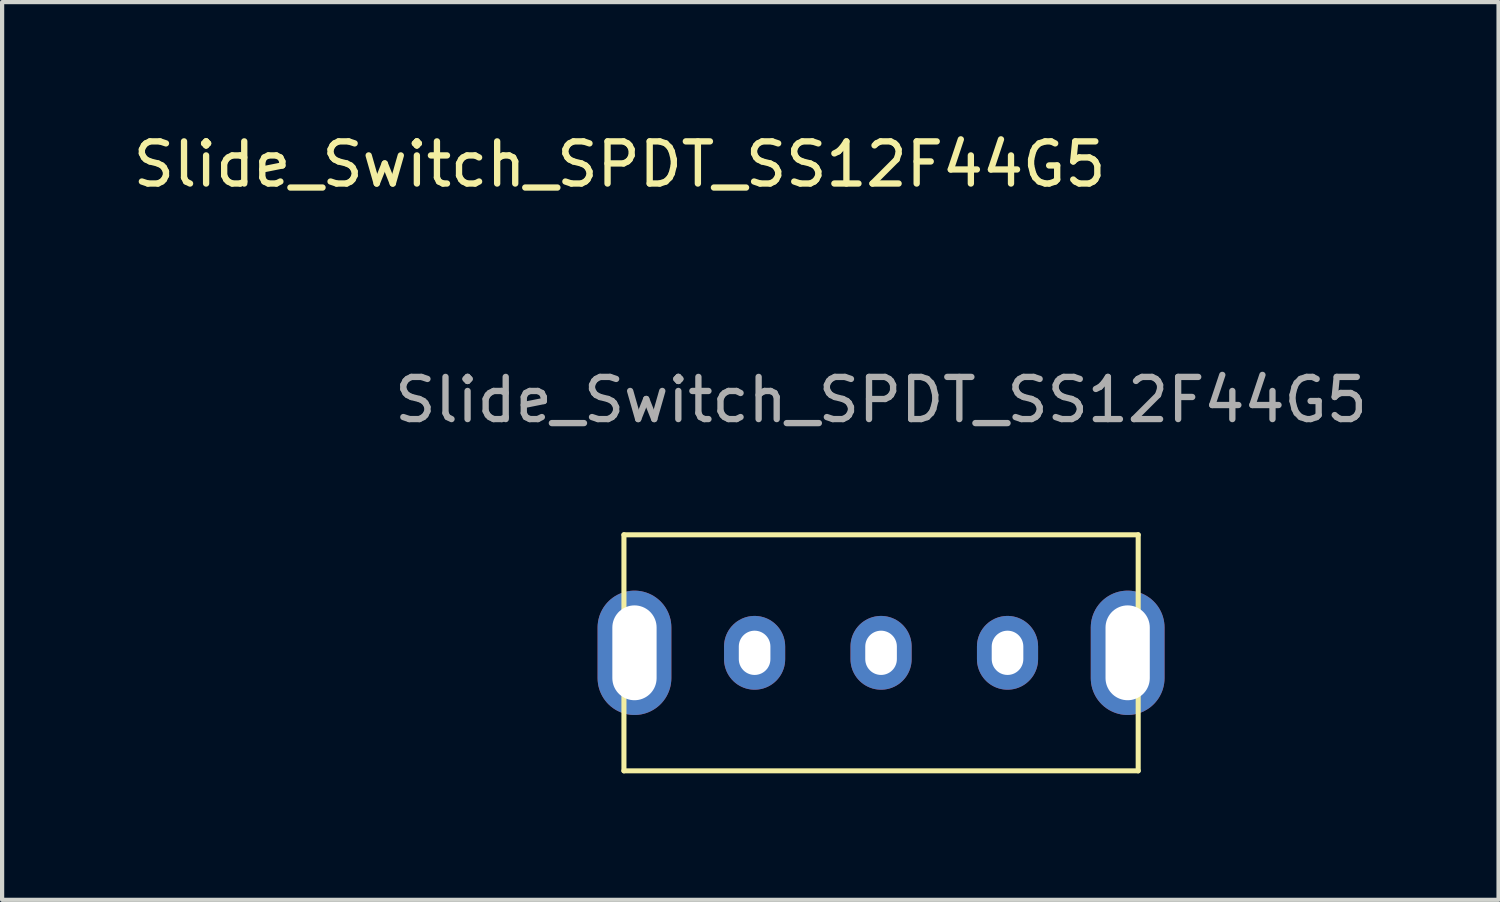
<source format=kicad_pcb>
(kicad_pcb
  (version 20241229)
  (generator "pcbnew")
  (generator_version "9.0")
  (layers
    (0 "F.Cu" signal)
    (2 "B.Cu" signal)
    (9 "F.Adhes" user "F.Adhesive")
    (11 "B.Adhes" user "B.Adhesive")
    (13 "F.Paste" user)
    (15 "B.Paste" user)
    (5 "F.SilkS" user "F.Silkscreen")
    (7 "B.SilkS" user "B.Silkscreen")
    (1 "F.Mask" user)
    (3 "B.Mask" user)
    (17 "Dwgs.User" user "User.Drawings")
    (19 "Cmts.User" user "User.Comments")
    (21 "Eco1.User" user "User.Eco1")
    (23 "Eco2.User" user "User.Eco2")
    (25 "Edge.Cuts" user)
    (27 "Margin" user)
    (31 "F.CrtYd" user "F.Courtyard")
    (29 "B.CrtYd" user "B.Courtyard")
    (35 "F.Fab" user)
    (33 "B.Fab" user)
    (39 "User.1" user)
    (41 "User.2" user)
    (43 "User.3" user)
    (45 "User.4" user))
  (footprint "Slide_Switch_SPDT_SS12F44G5"
    (layer "F.Cu")
    (at 17.852 12.437)
    (property "Reference" "Slide_Switch_SPDT_SS12F44G5" (at -6.203 -11.588 0) (unlocked yes) (layer "F.SilkS") (effects (font (size 1 1) (thickness 0.15))))
    (attr through_hole)
    (fp_line (start -6.1 -2.8) (end 6.1 -2.8) (stroke (width 0.12) (type solid)) (layer "F.SilkS"))
    (fp_line (start -6.1 2.8) (end -6.1 -2.8) (stroke (width 0.12) (type solid)) (layer "F.SilkS"))
    (fp_line (start 6.1 -2.8) (end 6.1 2.8) (stroke (width 0.12) (type solid)) (layer "F.SilkS"))
    (fp_line (start 6.1 2.8) (end -6.1 2.8) (stroke (width 0.12) (type solid)) (layer "F.SilkS"))
    (fp_text user "${REFERENCE}" (at 0 -6 0) (unlocked yes) (layer "F.Fab") (effects (font (size 1 1) (thickness 0.15))))
    (pad "" thru_hole oval (at -5.85 0 90) (size 2.95 1.75) (drill oval 2.25 1.05) (layers "*.Cu" "*.Mask"))
    (pad "" thru_hole oval (at 5.85 0 90) (size 2.95 1.75) (drill oval 2.25 1.05) (layers "*.Cu" "*.Mask"))
    (pad "1" thru_hole oval (at -3 0) (size 1.45 1.75) (drill oval 0.75 1.05) (layers "*.Cu" "*.Mask"))
    (pad "2" thru_hole oval (at 0 0) (size 1.45 1.75) (drill oval 0.75 1.05) (layers "*.Cu" "*.Mask"))
    (pad "3" thru_hole oval (at 3 0) (size 1.45 1.75) (drill oval 0.75 1.05) (layers "*.Cu" "*.Mask")))
  (gr_rect
    (start -3 -3)
    (end 32.501 18.297)
    (stroke (width 0.1) (type default))
    (fill no)
    (layer "Edge.Cuts")))
</source>
